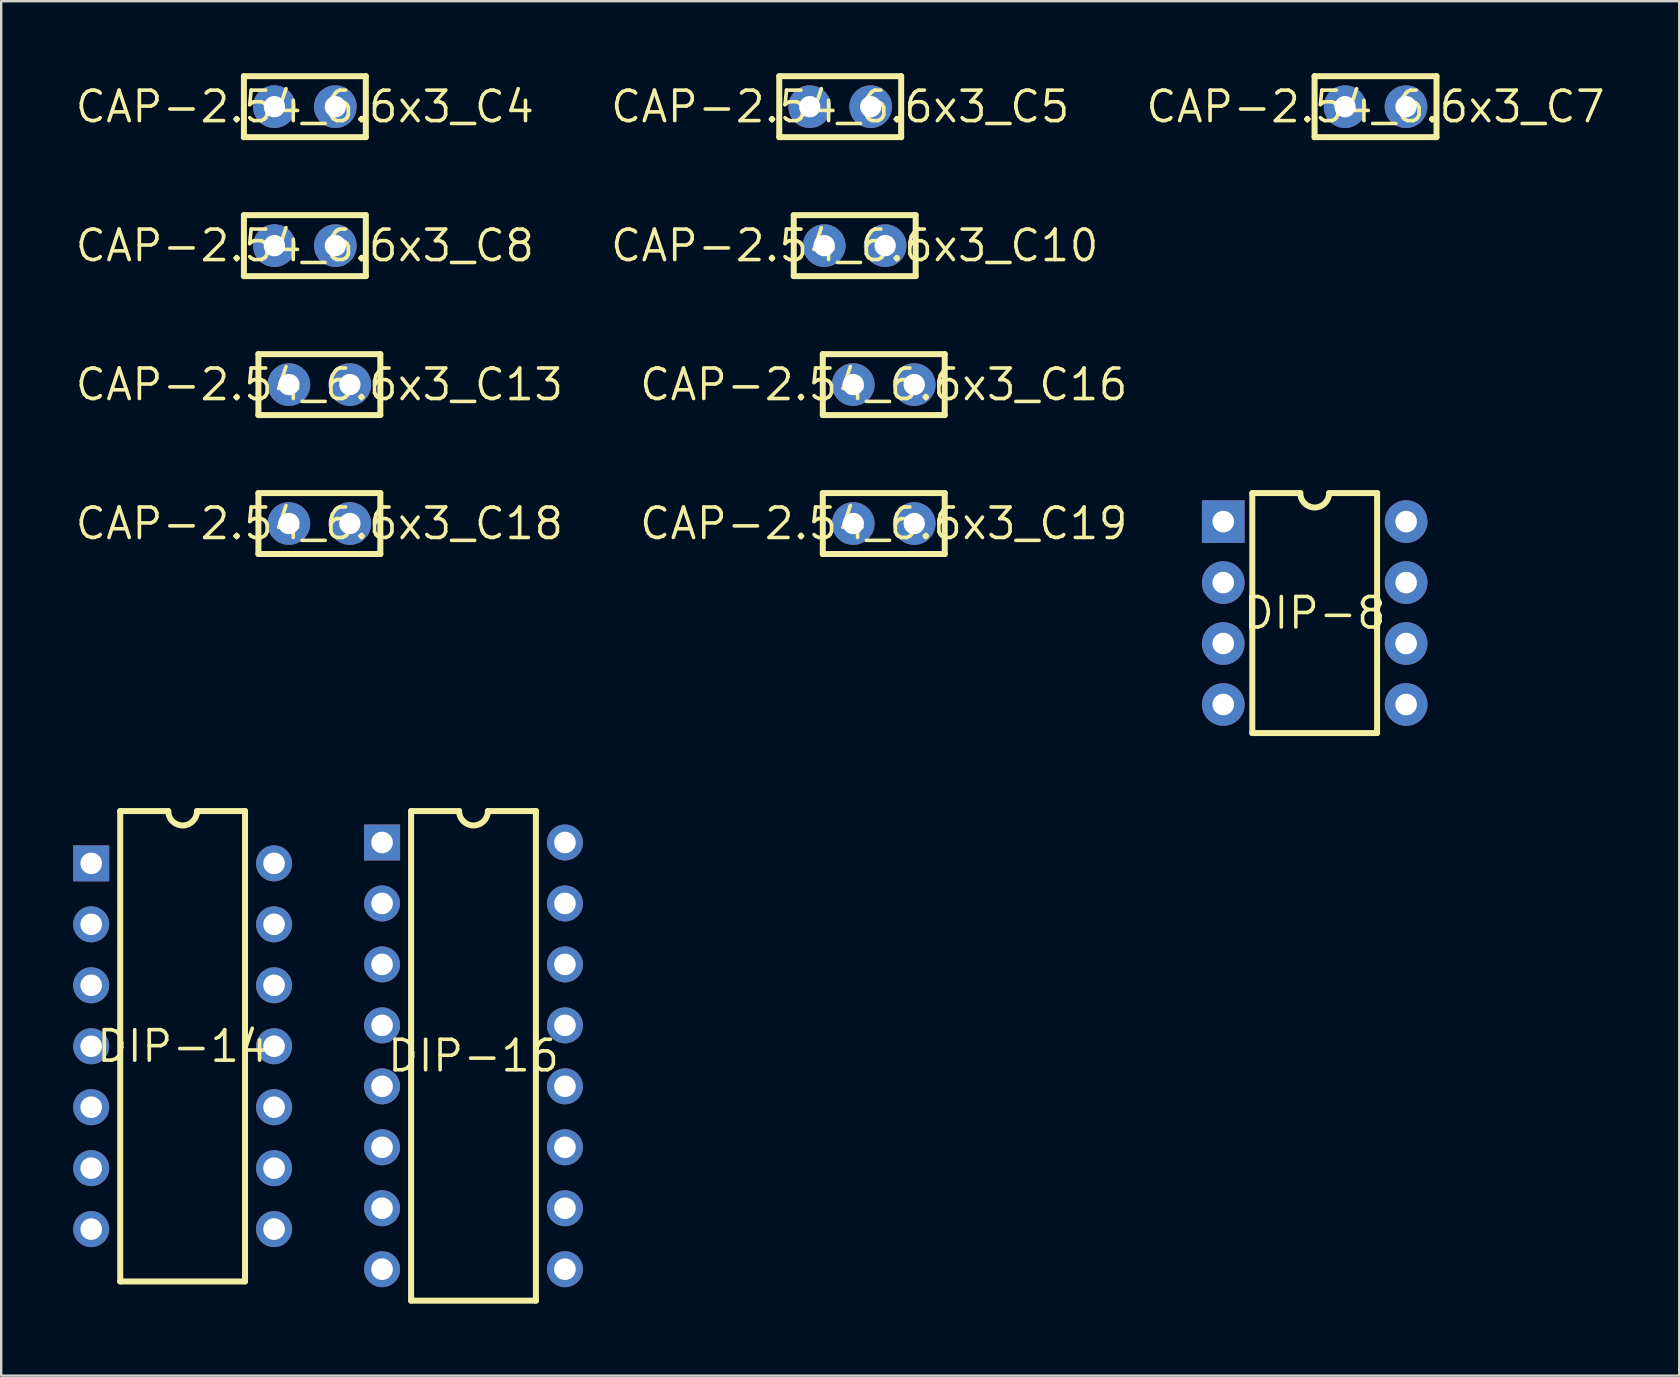
<source format=kicad_pcb>
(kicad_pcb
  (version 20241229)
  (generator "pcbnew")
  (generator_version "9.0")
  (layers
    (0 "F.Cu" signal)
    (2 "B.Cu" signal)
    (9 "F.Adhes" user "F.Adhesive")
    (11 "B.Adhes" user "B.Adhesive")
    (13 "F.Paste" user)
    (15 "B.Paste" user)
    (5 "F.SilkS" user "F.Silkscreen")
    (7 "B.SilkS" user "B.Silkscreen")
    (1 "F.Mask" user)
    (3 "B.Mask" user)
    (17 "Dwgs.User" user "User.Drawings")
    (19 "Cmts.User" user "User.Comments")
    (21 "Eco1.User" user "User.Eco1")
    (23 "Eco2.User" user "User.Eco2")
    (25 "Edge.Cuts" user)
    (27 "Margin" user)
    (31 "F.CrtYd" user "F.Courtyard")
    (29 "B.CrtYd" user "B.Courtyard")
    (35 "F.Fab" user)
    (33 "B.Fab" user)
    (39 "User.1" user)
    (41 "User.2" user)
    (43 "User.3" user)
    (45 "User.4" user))
  (footprint "CAP-2.54_6.6x3_C19"
    (layer "F.Cu")
    (at 33.774 18.765)
    (property "Reference" "CAP-2.54_6.6x3_C19" (at 0 0 0) (layer "F.SilkS") (effects (font (size 1.27 1.27) (thickness 0.15))))
    (fp_line (start -2.54 -1.27) (end 2.54 -1.27) (stroke (width 0.25) (type solid)) (layer "F.SilkS"))
    (fp_line (start -2.54 1.27) (end -2.54 -1.27) (stroke (width 0.25) (type solid)) (layer "F.SilkS"))
    (fp_line (start 2.54 -1.27) (end 2.54 1.27) (stroke (width 0.25) (type solid)) (layer "F.SilkS"))
    (fp_line (start 2.54 1.27) (end -2.54 1.27) (stroke (width 0.25) (type solid)) (layer "F.SilkS"))
    (pad "1" thru_hole circle (at -1.27 0) (size 1.778 1.778) (drill 0.889) (layers "*.Cu" "*.Mask"))
    (pad "2" thru_hole circle (at 1.27 0) (size 1.778 1.778) (drill 0.889) (layers "*.Cu" "*.Mask")))
  (footprint "CAP-2.54_6.6x3_C7"
    (layer "F.Cu")
    (at 54.266 1.395)
    (property "Reference" "CAP-2.54_6.6x3_C7" (at 0 0 0) (layer "F.SilkS") (effects (font (size 1.27 1.27) (thickness 0.15))))
    (fp_line (start -2.54 -1.27) (end 2.54 -1.27) (stroke (width 0.25) (type solid)) (layer "F.SilkS"))
    (fp_line (start -2.54 1.27) (end -2.54 -1.27) (stroke (width 0.25) (type solid)) (layer "F.SilkS"))
    (fp_line (start 2.54 -1.27) (end 2.54 1.27) (stroke (width 0.25) (type solid)) (layer "F.SilkS"))
    (fp_line (start 2.54 1.27) (end -2.54 1.27) (stroke (width 0.25) (type solid)) (layer "F.SilkS"))
    (pad "1" thru_hole circle (at -1.27 0) (size 1.778 1.778) (drill 0.889) (layers "*.Cu" "*.Mask"))
    (pad "2" thru_hole circle (at 1.27 0) (size 1.778 1.778) (drill 0.889) (layers "*.Cu" "*.Mask")))
  (footprint "CAP-2.54_6.6x3_C10"
    (layer "F.Cu")
    (at 32.564 7.185)
    (property "Reference" "CAP-2.54_6.6x3_C10" (at 0 0 0) (layer "F.SilkS") (effects (font (size 1.27 1.27) (thickness 0.15))))
    (fp_line (start -2.54 -1.27) (end 2.54 -1.27) (stroke (width 0.25) (type solid)) (layer "F.SilkS"))
    (fp_line (start -2.54 1.27) (end -2.54 -1.27) (stroke (width 0.25) (type solid)) (layer "F.SilkS"))
    (fp_line (start 2.54 -1.27) (end 2.54 1.27) (stroke (width 0.25) (type solid)) (layer "F.SilkS"))
    (fp_line (start 2.54 1.27) (end -2.54 1.27) (stroke (width 0.25) (type solid)) (layer "F.SilkS"))
    (pad "1" thru_hole circle (at -1.27 0) (size 1.778 1.778) (drill 0.889) (layers "*.Cu" "*.Mask"))
    (pad "2" thru_hole circle (at 1.27 0) (size 1.778 1.778) (drill 0.889) (layers "*.Cu" "*.Mask")))
  (footprint "DIP-8"
    (layer "F.Cu")
    (at 51.731 22.495)
    (property "Reference" "DIP-8" (at 0 0 0) (layer "F.SilkS") (effects (font (size 1.27 1.27) (thickness 0.15))))
    (fp_line (start -2.6 -5) (end -2.6 5) (stroke (width 0.25) (type solid)) (layer "F.SilkS"))
    (fp_line (start -2.6 -5) (end -0.601 -5) (stroke (width 0.25) (type solid)) (layer "F.SilkS"))
    (fp_line (start -2.6 5) (end 2.6 5) (stroke (width 0.25) (type solid)) (layer "F.SilkS"))
    (fp_line (start 2.6 -5) (end 0.601 -5) (stroke (width 0.25) (type solid)) (layer "F.SilkS"))
    (fp_line (start 2.6 -5) (end 2.6 5) (stroke (width 0.25) (type solid)) (layer "F.SilkS"))
    (fp_arc (start 0.601 -4.999998) (mid -0.000001 -4.399532) (end -0.601 -5) (stroke (width 0.25) (type solid)) (layer "F.SilkS"))
    (pad "1" thru_hole rect (at -3.81 -3.81 90) (size 1.778 1.778) (drill 0.9) (layers "*.Cu" "*.Mask"))
    (pad "2" thru_hole circle (at -3.81 -1.27 90) (size 1.778 1.778) (drill 0.9) (layers "*.Cu" "*.Mask"))
    (pad "3" thru_hole circle (at -3.81 1.27 90) (size 1.778 1.778) (drill 0.9) (layers "*.Cu" "*.Mask"))
    (pad "4" thru_hole circle (at -3.81 3.81 90) (size 1.778 1.778) (drill 0.9) (layers "*.Cu" "*.Mask"))
    (pad "5" thru_hole circle (at 3.81 3.81 90) (size 1.778 1.778) (drill 0.9) (layers "*.Cu" "*.Mask"))
    (pad "6" thru_hole circle (at 3.81 1.27 90) (size 1.778 1.778) (drill 0.9) (layers "*.Cu" "*.Mask"))
    (pad "7" thru_hole circle (at 3.81 -1.27 90) (size 1.778 1.778) (drill 0.9) (layers "*.Cu" "*.Mask"))
    (pad "8" thru_hole circle (at 3.81 -3.81 90) (size 1.778 1.778) (drill 0.9) (layers "*.Cu" "*.Mask")))
  (footprint "DIP-14"
    (layer "F.Cu")
    (at 4.56 40.545)
    (property "Reference" "DIP-14" (at 0 0 0) (layer "F.SilkS") (effects (font (size 1.27 1.27) (thickness 0.15))))
    (fp_line (start -2.6 -9.8) (end -2.6 9.8) (stroke (width 0.25) (type solid)) (layer "F.SilkS"))
    (fp_line (start -2.6 -9.8) (end -0.6 -9.8) (stroke (width 0.25) (type solid)) (layer "F.SilkS"))
    (fp_line (start -2.6 9.8) (end 2.6 9.8) (stroke (width 0.25) (type solid)) (layer "F.SilkS"))
    (fp_line (start 2.6 -9.8) (end 0.6 -9.8) (stroke (width 0.25) (type solid)) (layer "F.SilkS"))
    (fp_line (start 2.6 -9.8) (end 2.6 9.8) (stroke (width 0.25) (type solid)) (layer "F.SilkS"))
    (fp_arc (start 0.6 -9.8) (mid 0 -9.200336) (end -0.6 -9.8) (stroke (width 0.25) (type solid)) (layer "F.SilkS"))
    (pad "1" thru_hole rect (at -3.81 -7.62 90) (size 1.5 1.5) (drill 0.9) (layers "*.Cu" "*.Mask"))
    (pad "2" thru_hole circle (at -3.81 -5.08 90) (size 1.5 1.5) (drill 0.9) (layers "*.Cu" "*.Mask"))
    (pad "3" thru_hole circle (at -3.81 -2.54 90) (size 1.5 1.5) (drill 0.9) (layers "*.Cu" "*.Mask"))
    (pad "4" thru_hole circle (at -3.81 0 90) (size 1.5 1.5) (drill 0.9) (layers "*.Cu" "*.Mask"))
    (pad "5" thru_hole circle (at -3.81 2.54 90) (size 1.5 1.5) (drill 0.9) (layers "*.Cu" "*.Mask"))
    (pad "6" thru_hole circle (at -3.81 5.08 90) (size 1.5 1.5) (drill 0.9) (layers "*.Cu" "*.Mask"))
    (pad "7" thru_hole circle (at -3.81 7.62 90) (size 1.5 1.5) (drill 0.9) (layers "*.Cu" "*.Mask"))
    (pad "8" thru_hole circle (at 3.81 7.62 90) (size 1.5 1.5) (drill 0.9) (layers "*.Cu" "*.Mask"))
    (pad "9" thru_hole circle (at 3.81 5.08 90) (size 1.5 1.5) (drill 0.9) (layers "*.Cu" "*.Mask"))
    (pad "10" thru_hole circle (at 3.81 2.54 90) (size 1.5 1.5) (drill 0.9) (layers "*.Cu" "*.Mask"))
    (pad "11" thru_hole circle (at 3.81 0 90) (size 1.5 1.5) (drill 0.9) (layers "*.Cu" "*.Mask"))
    (pad "12" thru_hole circle (at 3.81 -2.54 90) (size 1.5 1.5) (drill 0.9) (layers "*.Cu" "*.Mask"))
    (pad "13" thru_hole circle (at 3.81 -5.08 90) (size 1.5 1.5) (drill 0.9) (layers "*.Cu" "*.Mask"))
    (pad "14" thru_hole circle (at 3.81 -7.62 90) (size 1.5 1.5) (drill 0.9) (layers "*.Cu" "*.Mask")))
  (footprint "CAP-2.54_6.6x3_C5"
    (layer "F.Cu")
    (at 31.96 1.395)
    (property "Reference" "CAP-2.54_6.6x3_C5" (at 0 0 0) (layer "F.SilkS") (effects (font (size 1.27 1.27) (thickness 0.15))))
    (fp_line (start -2.54 -1.27) (end 2.54 -1.27) (stroke (width 0.25) (type solid)) (layer "F.SilkS"))
    (fp_line (start -2.54 1.27) (end -2.54 -1.27) (stroke (width 0.25) (type solid)) (layer "F.SilkS"))
    (fp_line (start 2.54 -1.27) (end 2.54 1.27) (stroke (width 0.25) (type solid)) (layer "F.SilkS"))
    (fp_line (start 2.54 1.27) (end -2.54 1.27) (stroke (width 0.25) (type solid)) (layer "F.SilkS"))
    (pad "1" thru_hole circle (at -1.27 0) (size 1.778 1.778) (drill 0.889) (layers "*.Cu" "*.Mask"))
    (pad "2" thru_hole circle (at 1.27 0) (size 1.778 1.778) (drill 0.889) (layers "*.Cu" "*.Mask")))
  (footprint "DIP-16"
    (layer "F.Cu")
    (at 16.68 40.945)
    (property "Reference" "DIP-16" (at 0 0 0) (layer "F.SilkS") (effects (font (size 1.27 1.27) (thickness 0.15))))
    (fp_line (start -2.6 -10.2) (end -2.6 10.2) (stroke (width 0.25) (type solid)) (layer "F.SilkS"))
    (fp_line (start -2.6 -10.2) (end -0.6 -10.2) (stroke (width 0.25) (type solid)) (layer "F.SilkS"))
    (fp_line (start -2.6 10.2) (end 2.6 10.2) (stroke (width 0.25) (type solid)) (layer "F.SilkS"))
    (fp_line (start 2.6 -10.2) (end 0.6 -10.2) (stroke (width 0.25) (type solid)) (layer "F.SilkS"))
    (fp_line (start 2.6 -10.2) (end 2.6 10.2) (stroke (width 0.25) (type solid)) (layer "F.SilkS"))
    (fp_arc (start 0.6 -10.2) (mid 0 -9.600336) (end -0.6 -10.2) (stroke (width 0.25) (type solid)) (layer "F.SilkS"))
    (pad "1" thru_hole rect (at -3.81 -8.89 90) (size 1.5 1.5) (drill 0.9) (layers "*.Cu" "*.Mask"))
    (pad "2" thru_hole circle (at -3.81 -6.35 90) (size 1.5 1.5) (drill 0.9) (layers "*.Cu" "*.Mask"))
    (pad "3" thru_hole circle (at -3.81 -3.81 90) (size 1.5 1.5) (drill 0.9) (layers "*.Cu" "*.Mask"))
    (pad "4" thru_hole circle (at -3.81 -1.27 90) (size 1.5 1.5) (drill 0.9) (layers "*.Cu" "*.Mask"))
    (pad "5" thru_hole circle (at -3.81 1.27 90) (size 1.5 1.5) (drill 0.9) (layers "*.Cu" "*.Mask"))
    (pad "6" thru_hole circle (at -3.81 3.81 90) (size 1.5 1.5) (drill 0.9) (layers "*.Cu" "*.Mask"))
    (pad "7" thru_hole circle (at -3.81 6.35 90) (size 1.5 1.5) (drill 0.9) (layers "*.Cu" "*.Mask"))
    (pad "8" thru_hole circle (at -3.81 8.89 90) (size 1.5 1.5) (drill 0.9) (layers "*.Cu" "*.Mask"))
    (pad "9" thru_hole circle (at 3.81 8.89 90) (size 1.5 1.5) (drill 0.9) (layers "*.Cu" "*.Mask"))
    (pad "10" thru_hole circle (at 3.81 6.35 90) (size 1.5 1.5) (drill 0.9) (layers "*.Cu" "*.Mask"))
    (pad "11" thru_hole circle (at 3.81 3.81 90) (size 1.5 1.5) (drill 0.9) (layers "*.Cu" "*.Mask"))
    (pad "12" thru_hole circle (at 3.81 1.27 90) (size 1.5 1.5) (drill 0.9) (layers "*.Cu" "*.Mask"))
    (pad "13" thru_hole circle (at 3.81 -1.27 90) (size 1.5 1.5) (drill 0.9) (layers "*.Cu" "*.Mask"))
    (pad "14" thru_hole circle (at 3.81 -3.81 90) (size 1.5 1.5) (drill 0.9) (layers "*.Cu" "*.Mask"))
    (pad "15" thru_hole circle (at 3.81 -6.35 90) (size 1.5 1.5) (drill 0.9) (layers "*.Cu" "*.Mask"))
    (pad "16" thru_hole circle (at 3.81 -8.89 90) (size 1.5 1.5) (drill 0.9) (layers "*.Cu" "*.Mask")))
  (footprint "CAP-2.54_6.6x3_C18"
    (layer "F.Cu")
    (at 10.258 18.765)
    (property "Reference" "CAP-2.54_6.6x3_C18" (at 0 0 0) (layer "F.SilkS") (effects (font (size 1.27 1.27) (thickness 0.15))))
    (fp_line (start -2.54 -1.27) (end 2.54 -1.27) (stroke (width 0.25) (type solid)) (layer "F.SilkS"))
    (fp_line (start -2.54 1.27) (end -2.54 -1.27) (stroke (width 0.25) (type solid)) (layer "F.SilkS"))
    (fp_line (start 2.54 -1.27) (end 2.54 1.27) (stroke (width 0.25) (type solid)) (layer "F.SilkS"))
    (fp_line (start 2.54 1.27) (end -2.54 1.27) (stroke (width 0.25) (type solid)) (layer "F.SilkS"))
    (pad "1" thru_hole circle (at -1.27 0) (size 1.778 1.778) (drill 0.889) (layers "*.Cu" "*.Mask"))
    (pad "2" thru_hole circle (at 1.27 0) (size 1.778 1.778) (drill 0.889) (layers "*.Cu" "*.Mask")))
  (footprint "CAP-2.54_6.6x3_C13"
    (layer "F.Cu")
    (at 10.258 12.975)
    (property "Reference" "CAP-2.54_6.6x3_C13" (at 0 0 0) (layer "F.SilkS") (effects (font (size 1.27 1.27) (thickness 0.15))))
    (fp_line (start -2.54 -1.27) (end 2.54 -1.27) (stroke (width 0.25) (type solid)) (layer "F.SilkS"))
    (fp_line (start -2.54 1.27) (end -2.54 -1.27) (stroke (width 0.25) (type solid)) (layer "F.SilkS"))
    (fp_line (start 2.54 -1.27) (end 2.54 1.27) (stroke (width 0.25) (type solid)) (layer "F.SilkS"))
    (fp_line (start 2.54 1.27) (end -2.54 1.27) (stroke (width 0.25) (type solid)) (layer "F.SilkS"))
    (pad "1" thru_hole circle (at -1.27 0) (size 1.778 1.778) (drill 0.889) (layers "*.Cu" "*.Mask"))
    (pad "2" thru_hole circle (at 1.27 0) (size 1.778 1.778) (drill 0.889) (layers "*.Cu" "*.Mask")))
  (footprint "CAP-2.54_6.6x3_C16"
    (layer "F.Cu")
    (at 33.774 12.975)
    (property "Reference" "CAP-2.54_6.6x3_C16" (at 0 0 0) (layer "F.SilkS") (effects (font (size 1.27 1.27) (thickness 0.15))))
    (fp_line (start -2.54 -1.27) (end 2.54 -1.27) (stroke (width 0.25) (type solid)) (layer "F.SilkS"))
    (fp_line (start -2.54 1.27) (end -2.54 -1.27) (stroke (width 0.25) (type solid)) (layer "F.SilkS"))
    (fp_line (start 2.54 -1.27) (end 2.54 1.27) (stroke (width 0.25) (type solid)) (layer "F.SilkS"))
    (fp_line (start 2.54 1.27) (end -2.54 1.27) (stroke (width 0.25) (type solid)) (layer "F.SilkS"))
    (pad "1" thru_hole circle (at -1.27 0) (size 1.778 1.778) (drill 0.889) (layers "*.Cu" "*.Mask"))
    (pad "2" thru_hole circle (at 1.27 0) (size 1.778 1.778) (drill 0.889) (layers "*.Cu" "*.Mask")))
  (footprint "CAP-2.54_6.6x3_C8"
    (layer "F.Cu")
    (at 9.653 7.185)
    (property "Reference" "CAP-2.54_6.6x3_C8" (at 0 0 0) (layer "F.SilkS") (effects (font (size 1.27 1.27) (thickness 0.15))))
    (fp_line (start -2.54 -1.27) (end 2.54 -1.27) (stroke (width 0.25) (type solid)) (layer "F.SilkS"))
    (fp_line (start -2.54 1.27) (end -2.54 -1.27) (stroke (width 0.25) (type solid)) (layer "F.SilkS"))
    (fp_line (start 2.54 -1.27) (end 2.54 1.27) (stroke (width 0.25) (type solid)) (layer "F.SilkS"))
    (fp_line (start 2.54 1.27) (end -2.54 1.27) (stroke (width 0.25) (type solid)) (layer "F.SilkS"))
    (pad "1" thru_hole circle (at -1.27 0) (size 1.778 1.778) (drill 0.889) (layers "*.Cu" "*.Mask"))
    (pad "2" thru_hole circle (at 1.27 0) (size 1.778 1.778) (drill 0.889) (layers "*.Cu" "*.Mask")))
  (footprint "CAP-2.54_6.6x3_C4"
    (layer "F.Cu")
    (at 9.653 1.395)
    (property "Reference" "CAP-2.54_6.6x3_C4" (at 0 0 0) (layer "F.SilkS") (effects (font (size 1.27 1.27) (thickness 0.15))))
    (fp_line (start -2.54 -1.27) (end 2.54 -1.27) (stroke (width 0.25) (type solid)) (layer "F.SilkS"))
    (fp_line (start -2.54 1.27) (end -2.54 -1.27) (stroke (width 0.25) (type solid)) (layer "F.SilkS"))
    (fp_line (start 2.54 -1.27) (end 2.54 1.27) (stroke (width 0.25) (type solid)) (layer "F.SilkS"))
    (fp_line (start 2.54 1.27) (end -2.54 1.27) (stroke (width 0.25) (type solid)) (layer "F.SilkS"))
    (pad "1" thru_hole circle (at -1.27 0) (size 1.778 1.778) (drill 0.889) (layers "*.Cu" "*.Mask"))
    (pad "2" thru_hole circle (at 1.27 0) (size 1.778 1.778) (drill 0.889) (layers "*.Cu" "*.Mask")))
  (gr_rect
    (start -3 -3)
    (end 66.919 54.27)
    (stroke (width 0.1) (type default))
    (fill no)
    (layer "Edge.Cuts")))
</source>
